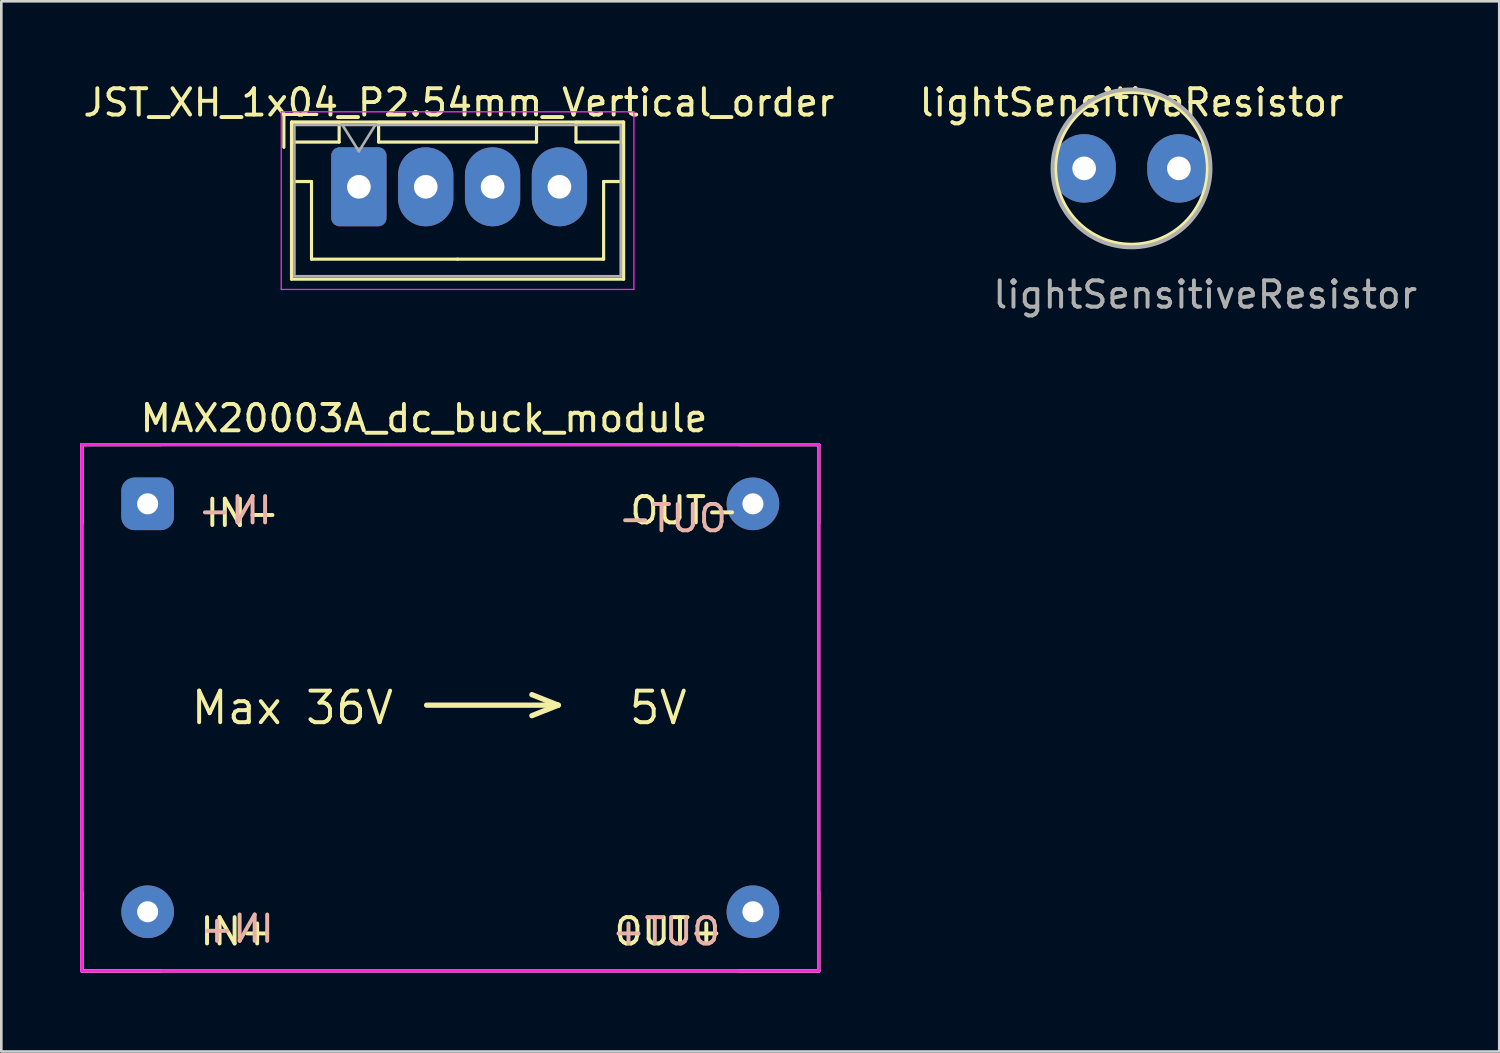
<source format=kicad_pcb>
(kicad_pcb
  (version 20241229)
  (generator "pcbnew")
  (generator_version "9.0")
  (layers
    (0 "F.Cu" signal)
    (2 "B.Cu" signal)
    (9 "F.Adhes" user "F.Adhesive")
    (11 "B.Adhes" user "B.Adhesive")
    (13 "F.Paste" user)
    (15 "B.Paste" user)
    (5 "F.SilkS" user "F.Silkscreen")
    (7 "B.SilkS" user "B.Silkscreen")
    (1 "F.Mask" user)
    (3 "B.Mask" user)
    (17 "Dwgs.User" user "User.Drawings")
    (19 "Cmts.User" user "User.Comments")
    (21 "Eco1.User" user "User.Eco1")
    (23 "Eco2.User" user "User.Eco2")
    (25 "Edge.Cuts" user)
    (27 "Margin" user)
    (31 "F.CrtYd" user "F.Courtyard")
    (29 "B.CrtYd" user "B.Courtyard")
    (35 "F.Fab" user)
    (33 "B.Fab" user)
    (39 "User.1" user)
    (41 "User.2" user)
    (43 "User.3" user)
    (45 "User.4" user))
  (footprint "JST_XH_1x04_P2.54mm_Vertical_order"
    (layer "F.Cu")
    (at 10.587 4.048)
    (property "Reference" "JST_XH_1x04_P2.54mm_Vertical_order" (at 3.8 -3.2 0) (layer "F.SilkS") (effects (font (size 1 1) (thickness 0.15))))
    (attr through_hole)
    (fp_line (start -2.85 -2.75) (end -2.85 -1.5) (stroke (width 0.12) (type solid)) (layer "F.SilkS"))
    (fp_line (start -2.56 -2.46) (end -2.56 3.51) (stroke (width 0.12) (type solid)) (layer "F.SilkS"))
    (fp_line (start -2.56 3.51) (end 10.06 3.51) (stroke (width 0.12) (type solid)) (layer "F.SilkS"))
    (fp_line (start -2.55 -2.45) (end -2.55 -1.7) (stroke (width 0.12) (type solid)) (layer "F.SilkS"))
    (fp_line (start -2.55 -1.7) (end -0.75 -1.7) (stroke (width 0.12) (type solid)) (layer "F.SilkS"))
    (fp_line (start -2.55 -0.2) (end -1.8 -0.2) (stroke (width 0.12) (type solid)) (layer "F.SilkS"))
    (fp_line (start -1.8 -0.2) (end -1.8 2.75) (stroke (width 0.12) (type solid)) (layer "F.SilkS"))
    (fp_line (start -1.8 2.75) (end 3.75 2.75) (stroke (width 0.12) (type solid)) (layer "F.SilkS"))
    (fp_line (start -1.6 -2.75) (end -2.85 -2.75) (stroke (width 0.12) (type solid)) (layer "F.SilkS"))
    (fp_line (start -0.75 -2.45) (end -2.55 -2.45) (stroke (width 0.12) (type solid)) (layer "F.SilkS"))
    (fp_line (start -0.75 -1.7) (end -0.75 -2.45) (stroke (width 0.12) (type solid)) (layer "F.SilkS"))
    (fp_line (start 0.75 -2.45) (end 0.75 -1.7) (stroke (width 0.12) (type solid)) (layer "F.SilkS"))
    (fp_line (start 0.75 -1.7) (end 6.75 -1.7) (stroke (width 0.12) (type solid)) (layer "F.SilkS"))
    (fp_line (start 6.75 -2.45) (end 0.75 -2.45) (stroke (width 0.12) (type solid)) (layer "F.SilkS"))
    (fp_line (start 6.75 -1.7) (end 6.75 -2.45) (stroke (width 0.12) (type solid)) (layer "F.SilkS"))
    (fp_line (start 8.25 -2.45) (end 8.25 -1.7) (stroke (width 0.12) (type solid)) (layer "F.SilkS"))
    (fp_line (start 8.25 -1.7) (end 10.05 -1.7) (stroke (width 0.12) (type solid)) (layer "F.SilkS"))
    (fp_line (start 9.3 -0.2) (end 9.3 2.75) (stroke (width 0.12) (type solid)) (layer "F.SilkS"))
    (fp_line (start 9.3 2.75) (end 3.75 2.75) (stroke (width 0.12) (type solid)) (layer "F.SilkS"))
    (fp_line (start 10.05 -2.45) (end 8.25 -2.45) (stroke (width 0.12) (type solid)) (layer "F.SilkS"))
    (fp_line (start 10.05 -1.7) (end 10.05 -2.45) (stroke (width 0.12) (type solid)) (layer "F.SilkS"))
    (fp_line (start 10.05 -0.2) (end 9.3 -0.2) (stroke (width 0.12) (type solid)) (layer "F.SilkS"))
    (fp_line (start 10.06 -2.46) (end -2.56 -2.46) (stroke (width 0.12) (type solid)) (layer "F.SilkS"))
    (fp_line (start 10.06 3.51) (end 10.06 -2.46) (stroke (width 0.12) (type solid)) (layer "F.SilkS"))
    (fp_line (start -2.95 -2.85) (end -2.95 3.9) (stroke (width 0.05) (type solid)) (layer "F.CrtYd"))
    (fp_line (start -2.95 3.9) (end 10.45 3.9) (stroke (width 0.05) (type solid)) (layer "F.CrtYd"))
    (fp_line (start 10.45 -2.85) (end -2.95 -2.85) (stroke (width 0.05) (type solid)) (layer "F.CrtYd"))
    (fp_line (start 10.45 3.9) (end 10.45 -2.85) (stroke (width 0.05) (type solid)) (layer "F.CrtYd"))
    (fp_line (start -2.45 -2.35) (end -2.45 3.4) (stroke (width 0.1) (type solid)) (layer "F.Fab"))
    (fp_line (start -2.45 3.4) (end 9.95 3.4) (stroke (width 0.1) (type solid)) (layer "F.Fab"))
    (fp_line (start -0.625 -2.35) (end 0 -1.35) (stroke (width 0.1) (type solid)) (layer "F.Fab"))
    (fp_line (start 0 -1.35) (end 0.625 -2.35) (stroke (width 0.1) (type solid)) (layer "F.Fab"))
    (fp_line (start 9.95 -2.35) (end -2.45 -2.35) (stroke (width 0.1) (type solid)) (layer "F.Fab"))
    (fp_line (start 9.95 3.4) (end 9.95 -2.35) (stroke (width 0.1) (type solid)) (layer "F.Fab"))
    (pad "1" thru_hole roundrect (at 0 0) (size 2.1 3) (drill 0.9) (layers "*.Cu" "*.Mask") (roundrect_rratio 0.147))
    (pad "2" thru_hole oval (at 2.54 0) (size 2.1 3) (drill 0.9) (layers "*.Cu" "*.Mask"))
    (pad "3" thru_hole oval (at 5.08 0) (size 2.1 3) (drill 0.9) (layers "*.Cu" "*.Mask"))
    (pad "4" thru_hole oval (at 7.62 0) (size 2.1 3) (drill 0.9) (layers "*.Cu" "*.Mask")))
  (footprint "MAX20003A_dc_buck_module"
    (layer "F.Cu")
    (at 14.06 23.845)
    (property "Reference" "MAX20003A_dc_buck_module" (at -1 -11 0) (layer "F.SilkS") (effects (font (size 1 1) (thickness 0.15))))
    (attr through_hole)
    (fp_line (start -14 -10) (end -14 10) (stroke (width 0.12) (type solid)) (layer "F.SilkS"))
    (fp_line (start -14 -10) (end 14 -10) (stroke (width 0.12) (type solid)) (layer "F.SilkS"))
    (fp_line (start -14 10) (end 14 10) (stroke (width 0.12) (type solid)) (layer "F.SilkS"))
    (fp_line (start -0.9 -0.1) (end 4.1 -0.1) (stroke (width 0.2) (type solid)) (layer "F.SilkS"))
    (fp_line (start 4.1 -0.1) (end 3.1 -0.5) (stroke (width 0.2) (type solid)) (layer "F.SilkS"))
    (fp_line (start 4.1 -0.1) (end 3.1 0.3) (stroke (width 0.2) (type solid)) (layer "F.SilkS"))
    (fp_line (start 14 10) (end 14 -10) (stroke (width 0.12) (type solid)) (layer "F.SilkS"))
    (fp_line (start -14 -10) (end -14 -7) (stroke (width 0.12) (type solid)) (layer "B.SilkS"))
    (fp_line (start -14 -10) (end -11 -10) (stroke (width 0.12) (type solid)) (layer "B.SilkS"))
    (fp_line (start -14 7) (end -14 10) (stroke (width 0.12) (type solid)) (layer "B.SilkS"))
    (fp_line (start -14 10) (end -11 10) (stroke (width 0.12) (type solid)) (layer "B.SilkS"))
    (fp_line (start 11 -10) (end 14 -10) (stroke (width 0.12) (type solid)) (layer "B.SilkS"))
    (fp_line (start 11 10) (end 14 10) (stroke (width 0.12) (type solid)) (layer "B.SilkS"))
    (fp_line (start 14 -7) (end 14 -10) (stroke (width 0.12) (type solid)) (layer "B.SilkS"))
    (fp_line (start 14 10) (end 14 7) (stroke (width 0.12) (type solid)) (layer "B.SilkS"))
    (fp_line (start -14 -10) (end -14 10) (stroke (width 0.12) (type solid)) (layer "F.CrtYd"))
    (fp_line (start -14 -10) (end 14 -10) (stroke (width 0.12) (type solid)) (layer "F.CrtYd"))
    (fp_line (start -14 10) (end 14 10) (stroke (width 0.12) (type solid)) (layer "F.CrtYd"))
    (fp_line (start 14 -10) (end 14 10) (stroke (width 0.12) (type solid)) (layer "F.CrtYd"))
    (fp_text user "IN-" (at -7.9 -7.4 0) (unlocked yes) (layer "F.SilkS") (effects (font (size 1 1) (thickness 0.15))))
    (fp_text user "OUT+" (at 8.3 8.5 0) (layer "F.SilkS") (effects (font (size 1 1) (thickness 0.15))))
    (fp_text user "5V" (at 7.9 0 0) (layer "F.SilkS") (effects (font (size 1.2 1.2) (thickness 0.15))))
    (fp_text user "Max 36V" (at -6 0 0) (layer "F.SilkS") (effects (font (size 1.2 1.2) (thickness 0.15))))
    (fp_text user "OUT-" (at 8.9 -7.5 0) (unlocked yes) (layer "F.SilkS") (effects (font (size 1 1) (thickness 0.15))))
    (fp_text user "IN+" (at -8.1 8.5 0) (layer "F.SilkS") (effects (font (size 1 1) (thickness 0.15))))
    (fp_text user "IN-" (at -6.7 -7.5 0) (unlocked yes) (layer "B.SilkS") (effects (font (size 1 1) (thickness 0.15)) (justify left mirror)))
    (fp_text user "OUT-" (at 10.6 -7.2 0) (unlocked yes) (layer "B.SilkS") (effects (font (size 1 1) (thickness 0.15)) (justify left mirror)))
    (fp_text user "OUT+" (at 8.2 8.5 0) (unlocked yes) (layer "B.SilkS") (effects (font (size 1 1) (thickness 0.15)) (justify mirror)))
    (fp_text user "IN+" (at -8.1 8.4 0) (unlocked yes) (layer "B.SilkS") (effects (font (size 1 1) (thickness 0.15)) (justify mirror)))
    (pad "1" thru_hole roundrect (at -11.5 -7.75) (size 2 2) (drill 0.8) (layers "*.Cu" "*.Mask") (roundrect_rratio 0.25))
    (pad "2" thru_hole circle (at -11.5 7.75) (size 2 2) (drill 0.8) (layers "*.Cu" "*.Mask"))
    (pad "3" thru_hole circle (at 11.5 7.75) (size 2 2) (drill 0.8) (layers "*.Cu" "*.Mask"))
    (pad "4" thru_hole circle (at 11.5 -7.75) (size 2 2) (drill 0.8) (layers "*.Cu" "*.Mask")))
  (footprint "lightSensitiveResistor"
    (layer "F.Cu")
    (at 39.946 3.348)
    (property "Reference" "lightSensitiveResistor" (at 0 -2.5 180) (layer "F.SilkS") (effects (font (size 1 1) (thickness 0.15))))
    (attr through_hole)
    (fp_circle (center 0 0) (end 2.9 0) (stroke (width 0.15) (type solid)) (fill no) (layer "F.SilkS"))
    (fp_circle (center 0 0) (end 3 0) (stroke (width 0.15) (type solid)) (fill no) (layer "F.Fab"))
    (fp_text user "${REFERENCE}" (at 2.8 4.8 180) (layer "F.Fab") (effects (font (size 1 1) (thickness 0.15))))
    (pad "1" thru_hole oval (at -1.8 0) (size 2.4 2.6) (drill 0.9) (layers "*.Cu" "*.Mask"))
    (pad "2" thru_hole oval (at 1.8 0) (size 2.4 2.6) (drill 0.9) (layers "*.Cu" "*.Mask")))
  (gr_rect
    (start -3 -3)
    (end 53.919 36.905)
    (stroke (width 0.1) (type default))
    (fill no)
    (layer "Edge.Cuts")))
</source>
